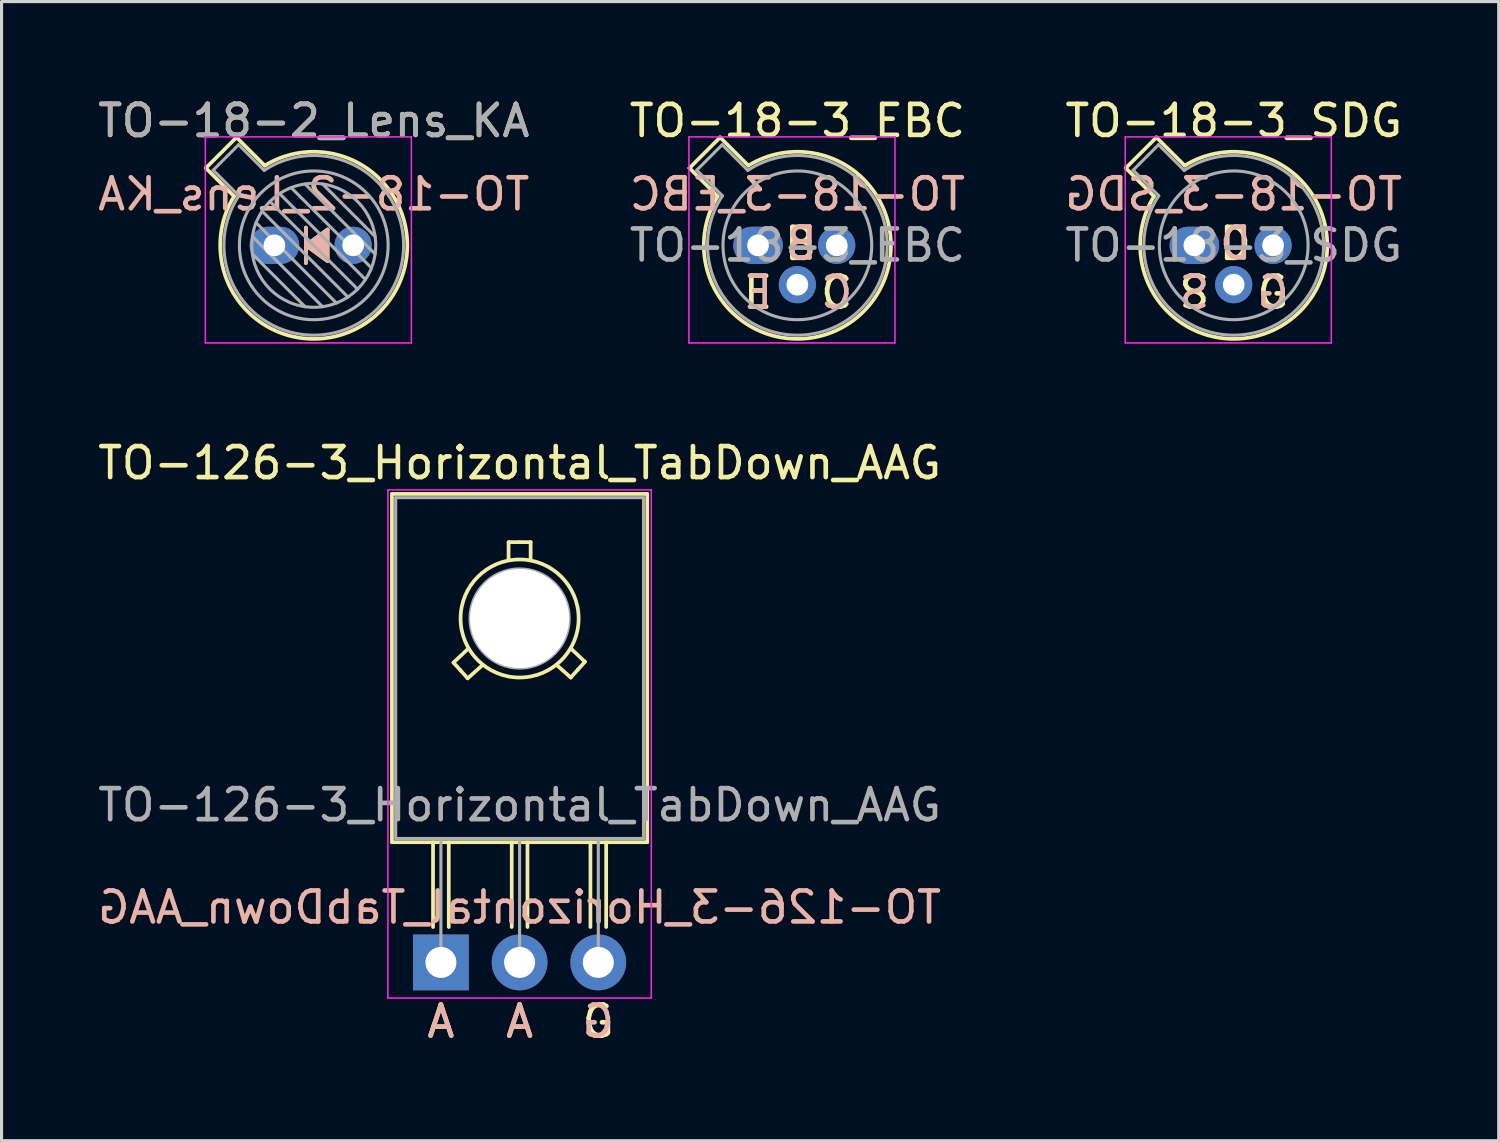
<source format=kicad_pcb>
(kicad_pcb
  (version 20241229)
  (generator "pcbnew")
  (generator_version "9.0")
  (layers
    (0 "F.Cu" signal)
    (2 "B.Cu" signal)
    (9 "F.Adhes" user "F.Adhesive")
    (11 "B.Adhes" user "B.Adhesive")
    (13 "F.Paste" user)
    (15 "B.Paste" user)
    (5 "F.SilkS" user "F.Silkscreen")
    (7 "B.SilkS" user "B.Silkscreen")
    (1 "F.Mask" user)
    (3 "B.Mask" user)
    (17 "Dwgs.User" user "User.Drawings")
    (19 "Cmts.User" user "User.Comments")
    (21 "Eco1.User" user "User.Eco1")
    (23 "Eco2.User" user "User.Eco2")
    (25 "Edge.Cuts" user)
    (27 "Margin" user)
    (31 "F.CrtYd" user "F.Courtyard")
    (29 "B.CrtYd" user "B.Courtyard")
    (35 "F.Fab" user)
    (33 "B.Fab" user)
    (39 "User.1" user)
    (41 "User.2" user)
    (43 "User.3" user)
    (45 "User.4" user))
  (footprint "TO-18-3_SDG"
    (layer "F.Cu")
    (at 35.498 4.868)
    (property "Reference" "TO-18-3_SDG" (at 1.27 -4.02 0) (layer "F.SilkS") (effects (font (size 1 1) (thickness 0.15))))
    (fp_line (start -2.214 -2.494) (end -1.302 -1.582) (stroke (width 0.12) (type solid)) (layer "F.SilkS"))
    (fp_line (start -1.224 -3.484) (end -2.214 -2.494) (stroke (width 0.12) (type solid)) (layer "F.SilkS"))
    (fp_line (start -0.312 -2.572) (end -1.224 -3.484) (stroke (width 0.12) (type solid)) (layer "F.SilkS"))
    (fp_arc (start -0.312331 -2.572281) (mid 3.405374 2.135551) (end -1.30215 -1.582544) (stroke (width 0.12) (type solid)) (layer "F.SilkS"))
    (fp_line (start -2.23 -3.5) (end -2.23 3.15) (stroke (width 0.05) (type solid)) (layer "F.CrtYd"))
    (fp_line (start -2.23 3.15) (end 4.42 3.15) (stroke (width 0.05) (type solid)) (layer "F.CrtYd"))
    (fp_line (start 4.42 -3.5) (end -2.23 -3.5) (stroke (width 0.05) (type solid)) (layer "F.CrtYd"))
    (fp_line (start 4.42 3.15) (end 4.42 -3.5) (stroke (width 0.05) (type solid)) (layer "F.CrtYd"))
    (fp_line (start -1.977 -2.426) (end -1.149 -1.599) (stroke (width 0.1) (type solid)) (layer "F.Fab"))
    (fp_line (start -1.156 -3.247) (end -1.977 -2.426) (stroke (width 0.1) (type solid)) (layer "F.Fab"))
    (fp_line (start -0.329 -2.419) (end -1.156 -3.247) (stroke (width 0.1) (type solid)) (layer "F.Fab"))
    (fp_arc (start -0.329057 -2.419301) (mid 3.321075 2.050145) (end -1.150029 -1.597956) (stroke (width 0.1) (type solid)) (layer "F.Fab"))
    (fp_circle (center 1.27 0) (end 3.67 0) (stroke (width 0.1) (type solid)) (fill no) (layer "F.Fab"))
    (fp_text user "G" (at 2.54 1.524 0) (unlocked yes) (layer "F.SilkS") (effects (font (size 1 1) (thickness 0.15))))
    (fp_text user "S" (at 0 1.524 0) (unlocked yes) (layer "F.SilkS") (effects (font (size 1 1) (thickness 0.15))))
    (fp_text user "D" (at 1.321 -0.051 0) (unlocked yes) (layer "F.SilkS") (effects (font (size 1 1) (thickness 0.15))))
    (fp_text user "G" (at 2.54 1.524 0) (unlocked yes) (layer "B.SilkS") (effects (font (size 1 1) (thickness 0.15)) (justify mirror)))
    (fp_text user "D" (at 1.333 -0.064 0) (unlocked yes) (layer "B.SilkS") (effects (font (size 1 1) (thickness 0.15)) (justify mirror)))
    (fp_text user "S" (at 0 1.524 0) (unlocked yes) (layer "B.SilkS") (effects (font (size 1 1) (thickness 0.15)) (justify mirror)))
    (fp_text user "${REFERENCE}" (at 1.27 -1.651 0) (layer "B.SilkS") (effects (font (size 1 1) (thickness 0.15)) (justify mirror)))
    (fp_text user "${REFERENCE}" (at 1.27 0 0) (layer "F.Fab") (effects (font (size 1 1) (thickness 0.15))))
    (pad "1" thru_hole oval (at 0 0) (size 1.6 1.2) (drill 0.7) (layers "*.Cu" "*.Mask"))
    (pad "2" thru_hole oval (at 1.27 1.27) (size 1.2 1.2) (drill 0.7) (layers "*.Cu" "*.Mask"))
    (pad "3" thru_hole oval (at 2.54 0) (size 1.2 1.2) (drill 0.7) (layers "*.Cu" "*.Mask")))
  (footprint "TO-18-3_EBC"
    (layer "F.Cu")
    (at 21.415 4.868)
    (property "Reference" "TO-18-3_EBC" (at 1.27 -4.02 0) (layer "F.SilkS") (effects (font (size 1 1) (thickness 0.15))))
    (fp_line (start -2.214 -2.494) (end -1.302 -1.582) (stroke (width 0.12) (type solid)) (layer "F.SilkS"))
    (fp_line (start -1.224 -3.484) (end -2.214 -2.494) (stroke (width 0.12) (type solid)) (layer "F.SilkS"))
    (fp_line (start -0.312 -2.572) (end -1.224 -3.484) (stroke (width 0.12) (type solid)) (layer "F.SilkS"))
    (fp_arc (start -0.312331 -2.572281) (mid 3.405374 2.135551) (end -1.30215 -1.582544) (stroke (width 0.12) (type solid)) (layer "F.SilkS"))
    (fp_line (start -2.23 -3.5) (end -2.23 3.15) (stroke (width 0.05) (type solid)) (layer "F.CrtYd"))
    (fp_line (start -2.23 3.15) (end 4.42 3.15) (stroke (width 0.05) (type solid)) (layer "F.CrtYd"))
    (fp_line (start 4.42 -3.5) (end -2.23 -3.5) (stroke (width 0.05) (type solid)) (layer "F.CrtYd"))
    (fp_line (start 4.42 3.15) (end 4.42 -3.5) (stroke (width 0.05) (type solid)) (layer "F.CrtYd"))
    (fp_line (start -1.977 -2.426) (end -1.149 -1.599) (stroke (width 0.1) (type solid)) (layer "F.Fab"))
    (fp_line (start -1.156 -3.247) (end -1.977 -2.426) (stroke (width 0.1) (type solid)) (layer "F.Fab"))
    (fp_line (start -0.329 -2.419) (end -1.156 -3.247) (stroke (width 0.1) (type solid)) (layer "F.Fab"))
    (fp_arc (start -0.329057 -2.419301) (mid 3.321075 2.050145) (end -1.150029 -1.597956) (stroke (width 0.1) (type solid)) (layer "F.Fab"))
    (fp_circle (center 1.27 0) (end 3.67 0) (stroke (width 0.1) (type solid)) (fill no) (layer "F.Fab"))
    (fp_text user "C" (at 2.54 1.524 0) (unlocked yes) (layer "F.SilkS") (effects (font (size 1 1) (thickness 0.15))))
    (fp_text user "E" (at 0 1.524 0) (unlocked yes) (layer "F.SilkS") (effects (font (size 1 1) (thickness 0.15))))
    (fp_text user "B" (at 1.372 -0.051 0) (unlocked yes) (layer "F.SilkS") (effects (font (size 1 1) (thickness 0.15))))
    (fp_text user "${REFERENCE}" (at 1.27 -1.651 0) (layer "B.SilkS") (effects (font (size 1 1) (thickness 0.15)) (justify mirror)))
    (fp_text user "E" (at 0 1.524 0) (unlocked yes) (layer "B.SilkS") (effects (font (size 1 1) (thickness 0.15)) (justify mirror)))
    (fp_text user "C" (at 2.54 1.524 0) (unlocked yes) (layer "B.SilkS") (effects (font (size 1 1) (thickness 0.15)) (justify mirror)))
    (fp_text user "B" (at 1.397 -0.064 0) (unlocked yes) (layer "B.SilkS") (effects (font (size 1 1) (thickness 0.15)) (justify mirror)))
    (fp_text user "${REFERENCE}" (at 1.27 0 0) (layer "F.Fab") (effects (font (size 1 1) (thickness 0.15))))
    (pad "1" thru_hole oval (at 0 0) (size 1.6 1.2) (drill 0.7) (layers "*.Cu" "*.Mask"))
    (pad "2" thru_hole oval (at 1.27 1.27) (size 1.2 1.2) (drill 0.7) (layers "*.Cu" "*.Mask"))
    (pad "3" thru_hole oval (at 2.54 0) (size 1.2 1.2) (drill 0.7) (layers "*.Cu" "*.Mask")))
  (footprint "TO-18-2_Lens_KA"
    (layer "F.Cu")
    (at 5.807 4.868)
    (property "Reference" "TO-18-2_Lens_KA" (at 1.27 -4.02 0) (layer "F.SilkS") (effects (font (size 1 1) (thickness 0.15))))
    (fp_line (start -2.214 -2.494) (end -1.302 -1.582) (stroke (width 0.12) (type solid)) (layer "F.SilkS"))
    (fp_line (start -1.224 -3.484) (end -2.214 -2.494) (stroke (width 0.12) (type solid)) (layer "F.SilkS"))
    (fp_line (start -0.312 -2.572) (end -1.224 -3.484) (stroke (width 0.12) (type solid)) (layer "F.SilkS"))
    (fp_line (start 1.016 0) (end 1.714 -0.508) (stroke (width 0.12) (type solid)) (layer "F.SilkS"))
    (fp_line (start 1.016 0.572) (end 1.016 -0.572) (stroke (width 0.12) (type solid)) (layer "F.SilkS"))
    (fp_line (start 1.714 -0.508) (end 1.714 0.508) (stroke (width 0.12) (type solid)) (layer "F.SilkS"))
    (fp_line (start 1.714 0.508) (end 1.016 0) (stroke (width 0.12) (type solid)) (layer "F.SilkS"))
    (fp_arc (start -0.312331 -2.572281) (mid 3.405374 2.135551) (end -1.30215 -1.582544) (stroke (width 0.12) (type solid)) (layer "F.SilkS"))
    (fp_poly (pts (xy 1.016 0) (xy 1.714 -0.508) (xy 1.714 0.508)) (stroke (width 0.1) (type solid)) (fill yes) (layer "F.SilkS"))
    (fp_line (start 1.016 -0.572) (end 1.016 0.572) (stroke (width 0.12) (type solid)) (layer "B.SilkS"))
    (fp_line (start 1.016 0) (end 1.714 0.508) (stroke (width 0.12) (type solid)) (layer "B.SilkS"))
    (fp_line (start 1.714 -0.508) (end 1.016 0) (stroke (width 0.12) (type solid)) (layer "B.SilkS"))
    (fp_line (start 1.714 0.508) (end 1.714 -0.508) (stroke (width 0.12) (type solid)) (layer "B.SilkS"))
    (fp_poly (pts (xy 1.016 0) (xy 1.714 0.508) (xy 1.714 -0.508)) (stroke (width 0.1) (type solid)) (fill yes) (layer "B.SilkS"))
    (fp_line (start -2.23 -3.5) (end -2.23 3.15) (stroke (width 0.05) (type solid)) (layer "F.CrtYd"))
    (fp_line (start -2.23 3.15) (end 4.42 3.15) (stroke (width 0.05) (type solid)) (layer "F.CrtYd"))
    (fp_line (start 4.42 -3.5) (end -2.23 -3.5) (stroke (width 0.05) (type solid)) (layer "F.CrtYd"))
    (fp_line (start 4.42 3.15) (end 4.42 -3.5) (stroke (width 0.05) (type solid)) (layer "F.CrtYd"))
    (fp_line (start -1.977 -2.426) (end -1.149 -1.599) (stroke (width 0.1) (type solid)) (layer "F.Fab"))
    (fp_line (start -1.156 -3.247) (end -1.977 -2.426) (stroke (width 0.1) (type solid)) (layer "F.Fab"))
    (fp_line (start -0.71 -0.283) (end 1.553 1.98) (stroke (width 0.1) (type solid)) (layer "F.Fab"))
    (fp_line (start -0.71 0.283) (end 0.987 1.98) (stroke (width 0.1) (type solid)) (layer "F.Fab"))
    (fp_line (start -0.592 -0.731) (end 2.001 1.862) (stroke (width 0.1) (type solid)) (layer "F.Fab"))
    (fp_line (start -0.399 -1.103) (end 2.373 1.669) (stroke (width 0.1) (type solid)) (layer "F.Fab"))
    (fp_line (start -0.329 -2.419) (end -1.156 -3.247) (stroke (width 0.1) (type solid)) (layer "F.Fab"))
    (fp_line (start -0.145 -1.415) (end 2.685 1.415) (stroke (width 0.1) (type solid)) (layer "F.Fab"))
    (fp_line (start 0.167 -1.669) (end 2.939 1.103) (stroke (width 0.1) (type solid)) (layer "F.Fab"))
    (fp_line (start 0.539 -1.862) (end 3.132 0.731) (stroke (width 0.1) (type solid)) (layer "F.Fab"))
    (fp_line (start 0.987 -1.98) (end 3.25 0.283) (stroke (width 0.1) (type solid)) (layer "F.Fab"))
    (fp_line (start 1.553 -1.98) (end 3.25 -0.283) (stroke (width 0.1) (type solid)) (layer "F.Fab"))
    (fp_arc (start -0.329057 -2.419301) (mid 3.321075 2.050145) (end -1.150029 -1.597956) (stroke (width 0.1) (type solid)) (layer "F.Fab"))
    (fp_circle (center 1.27 0) (end 3.27 0) (stroke (width 0.1) (type solid)) (fill no) (layer "F.Fab"))
    (fp_circle (center 1.27 0) (end 3.67 0) (stroke (width 0.1) (type solid)) (fill no) (layer "F.Fab"))
    (fp_text user "${REFERENCE}" (at 1.27 -1.651 0) (layer "B.SilkS") (effects (font (size 1 1) (thickness 0.15)) (justify mirror)))
    (fp_text user "${REFERENCE}" (at 1.27 -4.02 0) (layer "F.Fab") (effects (font (size 1 1) (thickness 0.15))))
    (pad "1" thru_hole oval (at 0 0) (size 1.6 1.2) (drill 0.7) (layers "*.Cu" "*.Mask"))
    (pad "2" thru_hole oval (at 2.54 0) (size 1.2 1.2) (drill 0.7) (layers "*.Cu" "*.Mask")))
  (footprint "TO-126-3_Horizontal_TabDown_AAG"
    (layer "F.Cu")
    (at 11.18 28.012)
    (property "Reference" "TO-126-3_Horizontal_TabDown_AAG" (at 2.54 -16.12 0) (layer "F.SilkS") (effects (font (size 1 1) (thickness 0.15))))
    (fp_line (start -1.58 -15.12) (end -1.58 -3.88) (stroke (width 0.12) (type solid)) (layer "F.SilkS"))
    (fp_line (start -1.58 -15.12) (end 6.66 -15.12) (stroke (width 0.12) (type solid)) (layer "F.SilkS"))
    (fp_line (start -1.58 -3.88) (end 6.66 -3.88) (stroke (width 0.12) (type solid)) (layer "F.SilkS"))
    (fp_line (start -0.254 -1.143) (end -0.254 -3.873) (stroke (width 0.12) (type solid)) (layer "F.SilkS"))
    (fp_line (start 0.254 -3.873) (end 0.254 -1.143) (stroke (width 0.12) (type solid)) (layer "F.SilkS"))
    (fp_line (start 0.406 -9.677) (end 0.864 -10.109) (stroke (width 0.12) (type solid)) (layer "F.SilkS"))
    (fp_line (start 0.635 -9.423) (end 0.406 -9.677) (stroke (width 0.12) (type solid)) (layer "F.SilkS"))
    (fp_line (start 0.864 -9.169) (end 0.635 -9.423) (stroke (width 0.12) (type solid)) (layer "F.SilkS"))
    (fp_line (start 0.864 -9.169) (end 1.321 -9.576) (stroke (width 0.12) (type solid)) (layer "F.SilkS"))
    (fp_line (start 2.184 -13.564) (end 2.184 -13.005) (stroke (width 0.12) (type solid)) (layer "F.SilkS"))
    (fp_line (start 2.184 -13.564) (end 2.54 -13.564) (stroke (width 0.12) (type solid)) (layer "F.SilkS"))
    (fp_line (start 2.286 -1.143) (end 2.286 -3.873) (stroke (width 0.12) (type solid)) (layer "F.SilkS"))
    (fp_line (start 2.54 -13.564) (end 2.896 -13.564) (stroke (width 0.12) (type solid)) (layer "F.SilkS"))
    (fp_line (start 2.794 -3.873) (end 2.794 -1.143) (stroke (width 0.12) (type solid)) (layer "F.SilkS"))
    (fp_line (start 2.896 -13.564) (end 2.896 -12.979) (stroke (width 0.12) (type solid)) (layer "F.SilkS"))
    (fp_line (start 4.191 -9.195) (end 3.734 -9.601) (stroke (width 0.12) (type solid)) (layer "F.SilkS"))
    (fp_line (start 4.191 -9.195) (end 4.42 -9.449) (stroke (width 0.12) (type solid)) (layer "F.SilkS"))
    (fp_line (start 4.42 -9.449) (end 4.648 -9.703) (stroke (width 0.12) (type solid)) (layer "F.SilkS"))
    (fp_line (start 4.648 -9.703) (end 4.191 -10.135) (stroke (width 0.12) (type solid)) (layer "F.SilkS"))
    (fp_line (start 4.826 -1.143) (end 4.826 -3.873) (stroke (width 0.12) (type solid)) (layer "F.SilkS"))
    (fp_line (start 5.334 -3.873) (end 5.334 -1.143) (stroke (width 0.12) (type solid)) (layer "F.SilkS"))
    (fp_line (start 6.66 -15.12) (end 6.66 -3.88) (stroke (width 0.12) (type solid)) (layer "F.SilkS"))
    (fp_circle (center 2.54 -11.1) (end 4.445 -11.125) (stroke (width 0.12) (type solid)) (fill no) (layer "F.SilkS"))
    (fp_line (start -1.71 -15.25) (end -1.71 1.15) (stroke (width 0.05) (type solid)) (layer "F.CrtYd"))
    (fp_line (start -1.71 1.15) (end 6.79 1.15) (stroke (width 0.05) (type solid)) (layer "F.CrtYd"))
    (fp_line (start 6.79 -15.25) (end -1.71 -15.25) (stroke (width 0.05) (type solid)) (layer "F.CrtYd"))
    (fp_line (start 6.79 1.15) (end 6.79 -15.25) (stroke (width 0.05) (type solid)) (layer "F.CrtYd"))
    (fp_line (start -1.46 -15) (end 6.54 -15) (stroke (width 0.1) (type solid)) (layer "F.Fab"))
    (fp_line (start -1.46 -4) (end -1.46 -15) (stroke (width 0.1) (type solid)) (layer "F.Fab"))
    (fp_line (start 0 -4) (end 0 0) (stroke (width 0.1) (type solid)) (layer "F.Fab"))
    (fp_line (start 2.54 -4) (end 2.54 0) (stroke (width 0.1) (type solid)) (layer "F.Fab"))
    (fp_line (start 5.08 -4) (end 5.08 0) (stroke (width 0.1) (type solid)) (layer "F.Fab"))
    (fp_line (start 6.54 -15) (end 6.54 -4) (stroke (width 0.1) (type solid)) (layer "F.Fab"))
    (fp_line (start 6.54 -4) (end -1.46 -4) (stroke (width 0.1) (type solid)) (layer "F.Fab"))
    (fp_circle (center 2.54 -11.1) (end 4.14 -11.1) (stroke (width 0.1) (type solid)) (fill no) (layer "F.Fab"))
    (fp_text user "A" (at 0 1.905 0) (unlocked yes) (layer "F.SilkS") (effects (font (size 1 1) (thickness 0.15))))
    (fp_text user "A" (at 2.54 1.905 0) (unlocked yes) (layer "F.SilkS") (effects (font (size 1 1) (thickness 0.15))))
    (fp_text user "G" (at 5.08 1.905 0) (unlocked yes) (layer "F.SilkS") (effects (font (size 1 1) (thickness 0.15))))
    (fp_text user "A" (at 0 1.905 0) (unlocked yes) (layer "B.SilkS") (effects (font (size 1 1) (thickness 0.15)) (justify mirror)))
    (fp_text user "${REFERENCE}" (at 2.54 -1.778 0) (layer "B.SilkS") (effects (font (size 1 1) (thickness 0.15)) (justify mirror)))
    (fp_text user "A" (at 2.54 1.905 0) (unlocked yes) (layer "B.SilkS") (effects (font (size 1 1) (thickness 0.15)) (justify mirror)))
    (fp_text user "G" (at 5.08 1.905 0) (unlocked yes) (layer "B.SilkS") (effects (font (size 1 1) (thickness 0.15)) (justify mirror)))
    (fp_text user "${REFERENCE}" (at 2.54 -5.08 0) (layer "F.Fab") (effects (font (size 1 1) (thickness 0.15))))
    (pad "" np_thru_hole oval (at 2.54 -11.1) (size 3.2 3.2) (drill 3.2) (layers "*.Cu" "*.Mask"))
    (pad "1" thru_hole rect (at 0 0) (size 1.8 1.8) (drill 1) (layers "*.Cu" "*.Mask"))
    (pad "2" thru_hole oval (at 2.54 0) (size 1.8 1.8) (drill 1) (layers "*.Cu" "*.Mask"))
    (pad "3" thru_hole oval (at 5.08 0) (size 1.8 1.8) (drill 1) (layers "*.Cu" "*.Mask")))
  (gr_rect
    (start -3 -3)
    (end 45.321 33.765)
    (stroke (width 0.1) (type default))
    (fill no)
    (layer "Edge.Cuts")))
</source>
